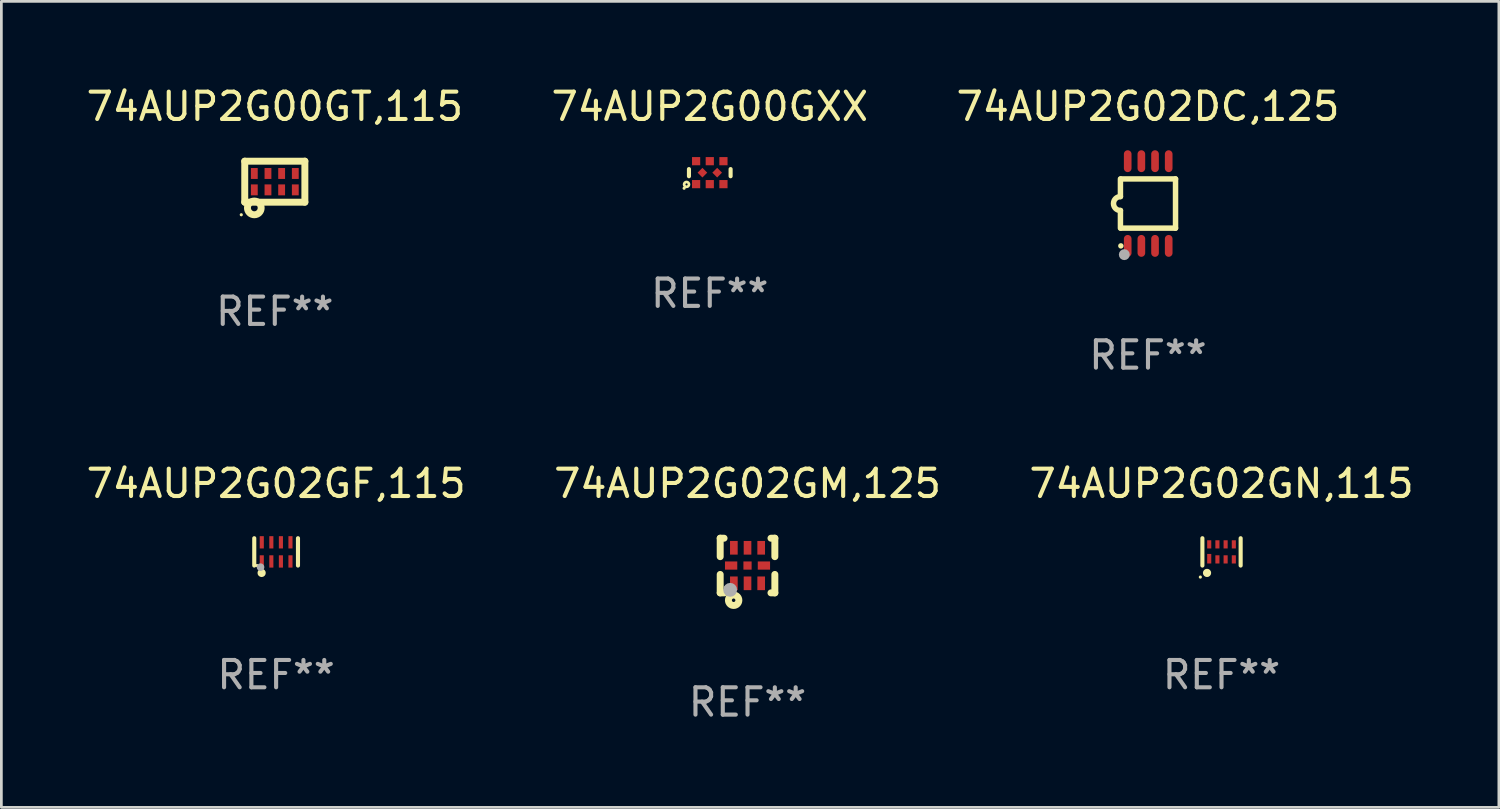
<source format=kicad_pcb>
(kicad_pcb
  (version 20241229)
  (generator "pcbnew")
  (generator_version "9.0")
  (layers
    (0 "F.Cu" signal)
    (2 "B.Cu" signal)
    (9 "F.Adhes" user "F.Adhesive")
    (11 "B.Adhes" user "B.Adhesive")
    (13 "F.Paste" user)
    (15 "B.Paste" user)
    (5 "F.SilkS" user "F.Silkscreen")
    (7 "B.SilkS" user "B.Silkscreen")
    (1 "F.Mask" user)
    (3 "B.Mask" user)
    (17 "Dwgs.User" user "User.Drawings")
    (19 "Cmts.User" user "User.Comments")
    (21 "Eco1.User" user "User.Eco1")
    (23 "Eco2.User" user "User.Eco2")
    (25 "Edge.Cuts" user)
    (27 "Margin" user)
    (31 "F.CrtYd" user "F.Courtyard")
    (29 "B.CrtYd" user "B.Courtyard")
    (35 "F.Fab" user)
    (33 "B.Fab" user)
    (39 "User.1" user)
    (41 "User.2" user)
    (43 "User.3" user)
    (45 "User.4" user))
  (footprint "74AUP2G00GT,115"
    (layer "F.Cu")
    (at 7.006 3.598)
    (property "Reference" "74AUP2G00GT,115" (at 0 -2.75 0) (layer "F.SilkS") (effects (font (size 1 1) (thickness 0.15))))
    (attr through_hole)
    (fp_line (start -1.1 -0.75) (end -1.1 0.75) (stroke (width 0.254) (type solid)) (layer "F.SilkS"))
    (fp_line (start -1.1 -0.75) (end 1.1 -0.75) (stroke (width 0.254) (type solid)) (layer "F.SilkS"))
    (fp_line (start -1.1 0.75) (end 1.1 0.75) (stroke (width 0.254) (type solid)) (layer "F.SilkS"))
    (fp_line (start 1.1 -0.75) (end 1.1 0.75) (stroke (width 0.254) (type solid)) (layer "F.SilkS"))
    (fp_circle (center -1.227 1.211) (end -1.197 1.211) (stroke (width 0.06) (type solid)) (fill no) (layer "F.SilkS"))
    (fp_circle (center -0.75 0.96) (end -0.626 0.96) (stroke (width 0.254) (type solid)) (fill no) (layer "F.SilkS"))
    (fp_text user "REF**" (at 0 4.75 0) (layer "F.Fab") (effects (font (size 1 1) (thickness 0.15))))
    (pad "1" smd rect (at -0.75 0.3) (size 0.25 0.4) (layers "F.Cu" "F.Mask" "F.Paste"))
    (pad "2" smd rect (at -0.25 0.3) (size 0.25 0.4) (layers "F.Cu" "F.Mask" "F.Paste"))
    (pad "3" smd rect (at 0.25 0.3) (size 0.25 0.4) (layers "F.Cu" "F.Mask" "F.Paste"))
    (pad "4" smd rect (at 0.75 0.3) (size 0.25 0.4) (layers "F.Cu" "F.Mask" "F.Paste"))
    (pad "5" smd rect (at 0.75 -0.3) (size 0.25 0.4) (layers "F.Cu" "F.Mask" "F.Paste"))
    (pad "6" smd rect (at 0.25 -0.3) (size 0.25 0.4) (layers "F.Cu" "F.Mask" "F.Paste"))
    (pad "7" smd rect (at -0.25 -0.3) (size 0.25 0.4) (layers "F.Cu" "F.Mask" "F.Paste"))
    (pad "8" smd rect (at -0.75 -0.3) (size 0.25 0.4) (layers "F.Cu" "F.Mask" "F.Paste")))
  (footprint "74AUP2G02GM,125"
    (layer "F.Cu")
    (at 24.304 17.645)
    (property "Reference" "74AUP2G02GM,125" (at 0 -3 0) (layer "F.SilkS") (effects (font (size 1 1) (thickness 0.15))))
    (attr through_hole)
    (fp_line (start -1 -1) (end -0.858 -1) (stroke (width 0.254) (type solid)) (layer "F.SilkS"))
    (fp_line (start -1 -0.325) (end -1 -1) (stroke (width 0.254) (type solid)) (layer "F.SilkS"))
    (fp_line (start -1 1) (end -1 0.325) (stroke (width 0.254) (type solid)) (layer "F.SilkS"))
    (fp_line (start -0.858 1) (end -1 1) (stroke (width 0.254) (type solid)) (layer "F.SilkS"))
    (fp_line (start 0.858 -1) (end 1 -1) (stroke (width 0.254) (type solid)) (layer "F.SilkS"))
    (fp_line (start 1 -1) (end 1 -0.325) (stroke (width 0.254) (type solid)) (layer "F.SilkS"))
    (fp_line (start 1 0.325) (end 1 1) (stroke (width 0.254) (type solid)) (layer "F.SilkS"))
    (fp_line (start 1 1) (end 0.858 1) (stroke (width 0.254) (type solid)) (layer "F.SilkS"))
    (fp_circle (center -0.8 0.8) (end -0.77 0.8) (stroke (width 0.06) (type solid)) (fill no) (layer "F.SilkS"))
    (fp_circle (center -0.508 1.27) (end -0.444 1.27) (stroke (width 0.254) (type solid)) (fill no) (layer "F.SilkS"))
    (fp_circle (center -0.635 0.889) (end -0.508 0.889) (stroke (width 0.254) (type solid)) (fill no) (layer "F.Fab"))
    (fp_text user "REF**" (at 0 5 0) (layer "F.Fab") (effects (font (size 1 1) (thickness 0.15))))
    (pad "1" smd rect (at -0.5 0.65 90) (size 0.5 0.28) (layers "F.Cu" "F.Mask" "F.Paste"))
    (pad "2" smd rect (at 0.000013 0.65 90) (size 0.5 0.28) (layers "F.Cu" "F.Mask" "F.Paste"))
    (pad "3" smd rect (at 0.5 0.65 90) (size 0.5 0.28) (layers "F.Cu" "F.Mask" "F.Paste"))
    (pad "4" smd rect (at 0.6 0.000076 180) (size 0.45 0.3) (layers "F.Cu" "F.Mask" "F.Paste"))
    (pad "5" smd rect (at 0.5 -0.65 90) (size 0.5 0.28) (layers "F.Cu" "F.Mask" "F.Paste"))
    (pad "6" smd rect (at 0.000013 -0.65 90) (size 0.5 0.28) (layers "F.Cu" "F.Mask" "F.Paste"))
    (pad "7" smd rect (at -0.5 -0.65 90) (size 0.5 0.28) (layers "F.Cu" "F.Mask" "F.Paste"))
    (pad "8" smd rect (at -0.6 0.000076 180) (size 0.45 0.3) (layers "F.Cu" "F.Mask" "F.Paste"))
    (pad "9" smd rect (at 0.000013 0.000076 180) (size 0.3 0.3) (layers "F.Cu" "F.Mask" "F.Paste")))
  (footprint "74AUP2G02DC,125"
    (layer "F.Cu")
    (at 38.958 4.398)
    (property "Reference" "74AUP2G02DC,125" (at 0 -3.55 0) (layer "F.SilkS") (effects (font (size 1 1) (thickness 0.15))))
    (attr through_hole)
    (fp_line (start -1.008 -0.254) (end -1.008 -0.9) (stroke (width 0.2) (type solid)) (layer "F.SilkS"))
    (fp_line (start -1.008 0.254) (end -1.008 0.9) (stroke (width 0.2) (type solid)) (layer "F.SilkS"))
    (fp_line (start -0.992 0.9) (end 1.008 0.9) (stroke (width 0.2) (type solid)) (layer "F.SilkS"))
    (fp_line (start 1.008 -0.9) (end -0.992 -0.9) (stroke (width 0.2) (type solid)) (layer "F.SilkS"))
    (fp_line (start 1.008 0.9) (end 1.008 -0.9) (stroke (width 0.2) (type solid)) (layer "F.SilkS"))
    (fp_arc (start -1.008001 0.254001) (mid -1.262002 0) (end -1.008001 -0.254001) (stroke (width 0.2) (type solid)) (layer "F.SilkS"))
    (fp_circle (center -0.992 1.55) (end -0.942 1.55) (stroke (width 0.1) (type solid)) (fill no) (layer "F.SilkS"))
    (fp_circle (center -0.866 1.87) (end -0.766 1.87) (stroke (width 0.2) (type solid)) (fill no) (layer "F.Fab"))
    (fp_text user "REF**" (at 0 5.55 0) (layer "F.Fab") (effects (font (size 1 1) (thickness 0.15))))
    (pad "1" smd oval (at -0.742 1.55 270) (size 0.8 0.28) (layers "F.Cu" "F.Mask" "F.Paste"))
    (pad "2" smd oval (at -0.242 1.55 270) (size 0.8 0.28) (layers "F.Cu" "F.Mask" "F.Paste"))
    (pad "3" smd oval (at 0.258 1.55 270) (size 0.8 0.28) (layers "F.Cu" "F.Mask" "F.Paste"))
    (pad "4" smd oval (at 0.758 1.55 270) (size 0.8 0.28) (layers "F.Cu" "F.Mask" "F.Paste"))
    (pad "5" smd oval (at 0.758 -1.55 270) (size 0.8 0.28) (layers "F.Cu" "F.Mask" "F.Paste"))
    (pad "6" smd oval (at 0.258 -1.55 270) (size 0.8 0.28) (layers "F.Cu" "F.Mask" "F.Paste"))
    (pad "7" smd oval (at -0.242 -1.55 270) (size 0.8 0.28) (layers "F.Cu" "F.Mask" "F.Paste"))
    (pad "8" smd oval (at -0.742 -1.55 270) (size 0.8 0.28) (layers "F.Cu" "F.Mask" "F.Paste")))
  (footprint "74AUP2G02GN,115"
    (layer "F.Cu")
    (at 41.649 17.145)
    (property "Reference" "74AUP2G02GN,115" (at 0 -2.5 0) (layer "F.SilkS") (effects (font (size 1 1) (thickness 0.15))))
    (attr through_hole)
    (fp_line (start -0.7 -0.5) (end -0.7 0.5) (stroke (width 0.15) (type solid)) (layer "F.SilkS"))
    (fp_line (start 0.7 -0.5) (end 0.7 0.5) (stroke (width 0.15) (type solid)) (layer "F.SilkS"))
    (fp_circle (center -0.775 0.922) (end -0.745 0.922) (stroke (width 0.06) (type solid)) (fill no) (layer "F.SilkS"))
    (fp_circle (center -0.53 0.77) (end -0.454 0.77) (stroke (width 0.15) (type solid)) (fill no) (layer "F.SilkS"))
    (fp_text user "REF**" (at 0 4.5 0) (layer "F.Fab") (effects (font (size 1 1) (thickness 0.15))))
    (pad "1" smd rect (at -0.45 0.25) (size 0.15 0.35) (layers "F.Cu" "F.Mask" "F.Paste"))
    (pad "2" smd rect (at -0.15 0.275) (size 0.15 0.3) (layers "F.Cu" "F.Mask" "F.Paste"))
    (pad "3" smd rect (at 0.15 0.275) (size 0.15 0.3) (layers "F.Cu" "F.Mask" "F.Paste"))
    (pad "4" smd rect (at 0.45 0.275) (size 0.15 0.3) (layers "F.Cu" "F.Mask" "F.Paste"))
    (pad "5" smd rect (at 0.45 -0.275) (size 0.15 0.3) (layers "F.Cu" "F.Mask" "F.Paste"))
    (pad "6" smd rect (at 0.15 -0.275) (size 0.15 0.3) (layers "F.Cu" "F.Mask" "F.Paste"))
    (pad "7" smd rect (at -0.15 -0.275) (size 0.15 0.3) (layers "F.Cu" "F.Mask" "F.Paste"))
    (pad "8" smd rect (at -0.45 -0.275) (size 0.15 0.3) (layers "F.Cu" "F.Mask" "F.Paste")))
  (footprint "74AUP2G02GF,115"
    (layer "F.Cu")
    (at 7.054 17.145)
    (property "Reference" "74AUP2G02GF,115" (at 0 -2.5 0) (layer "F.SilkS") (effects (font (size 1 1) (thickness 0.15))))
    (attr through_hole)
    (fp_line (start -0.8 -0.5) (end -0.8 0.5) (stroke (width 0.15) (type solid)) (layer "F.SilkS"))
    (fp_line (start 0.8 -0.5) (end 0.8 0.5) (stroke (width 0.15) (type solid)) (layer "F.SilkS"))
    (fp_circle (center -0.7 0.5) (end -0.67 0.5) (stroke (width 0.06) (type solid)) (fill no) (layer "F.SilkS"))
    (fp_circle (center -0.53 0.77) (end -0.454 0.77) (stroke (width 0.15) (type solid)) (fill no) (layer "F.SilkS"))
    (fp_circle (center -0.57 0.56) (end -0.5 0.56) (stroke (width 0.14) (type solid)) (fill no) (layer "F.Fab"))
    (fp_text user "REF**" (at 0 4.5 0) (layer "F.Fab") (effects (font (size 1 1) (thickness 0.15))))
    (pad "1" smd rect (at -0.525 0.35) (size 0.15 0.45) (layers "F.Cu" "F.Mask" "F.Paste"))
    (pad "2" smd rect (at -0.175 0.35) (size 0.15 0.45) (layers "F.Cu" "F.Mask" "F.Paste"))
    (pad "3" smd rect (at 0.175 0.35) (size 0.15 0.45) (layers "F.Cu" "F.Mask" "F.Paste"))
    (pad "4" smd rect (at 0.525 0.35) (size 0.15 0.45) (layers "F.Cu" "F.Mask" "F.Paste"))
    (pad "5" smd rect (at 0.525 -0.35) (size 0.15 0.45) (layers "F.Cu" "F.Mask" "F.Paste"))
    (pad "6" smd rect (at 0.175 -0.35) (size 0.15 0.45) (layers "F.Cu" "F.Mask" "F.Paste"))
    (pad "7" smd rect (at -0.175 -0.35) (size 0.15 0.45) (layers "F.Cu" "F.Mask" "F.Paste"))
    (pad "8" smd rect (at -0.525 -0.35) (size 0.15 0.45) (layers "F.Cu" "F.Mask" "F.Paste")))
  (footprint "74AUP2G00GXX"
    (layer "F.Cu")
    (at 22.923 3.268)
    (property "Reference" "74AUP2G00GXX" (at 0 -2.42 0) (layer "F.SilkS") (effects (font (size 1 1) (thickness 0.15))))
    (attr through_hole)
    (fp_line (start -0.762 -0.131) (end -0.762 0.131) (stroke (width 0.15) (type solid)) (layer "F.SilkS"))
    (fp_line (start 0.762 -0.131) (end 0.762 0.131) (stroke (width 0.15) (type solid)) (layer "F.SilkS"))
    (fp_circle (center -0.939 0.57) (end -0.909 0.57) (stroke (width 0.06) (type solid)) (fill no) (layer "F.SilkS"))
    (fp_circle (center -0.85 0.43) (end -0.811 0.43) (stroke (width 0.1) (type solid)) (fill no) (layer "F.SilkS"))
    (fp_text user "REF**" (at 0 4.42 0) (layer "F.Fab") (effects (font (size 1 1) (thickness 0.15))))
    (pad "1" smd rect (at -0.5 0.42) (size 0.3 0.3) (layers "F.Cu" "F.Mask" "F.Paste"))
    (pad "2" smd rect (at 0.000127 0.42) (size 0.3 0.3) (layers "F.Cu" "F.Mask" "F.Paste"))
    (pad "3" smd rect (at 0.5 0.42) (size 0.3 0.3) (layers "F.Cu" "F.Mask" "F.Paste"))
    (pad "4" smd rect (at 0.27 0 45) (size 0.25 0.25) (layers "F.Cu" "F.Mask" "F.Paste"))
    (pad "5" smd rect (at 0.5 -0.42) (size 0.3 0.3) (layers "F.Cu" "F.Mask" "F.Paste"))
    (pad "6" smd rect (at 0.000127 -0.42) (size 0.3 0.3) (layers "F.Cu" "F.Mask" "F.Paste"))
    (pad "7" smd rect (at -0.5 -0.42) (size 0.3 0.3) (layers "F.Cu" "F.Mask" "F.Paste"))
    (pad "8" smd rect (at -0.27 0 45) (size 0.25 0.25) (layers "F.Cu" "F.Mask" "F.Paste")))
  (gr_rect
    (start -3 -3)
    (end 51.798 26.493)
    (stroke (width 0.1) (type default))
    (fill no)
    (layer "Edge.Cuts")))
</source>
